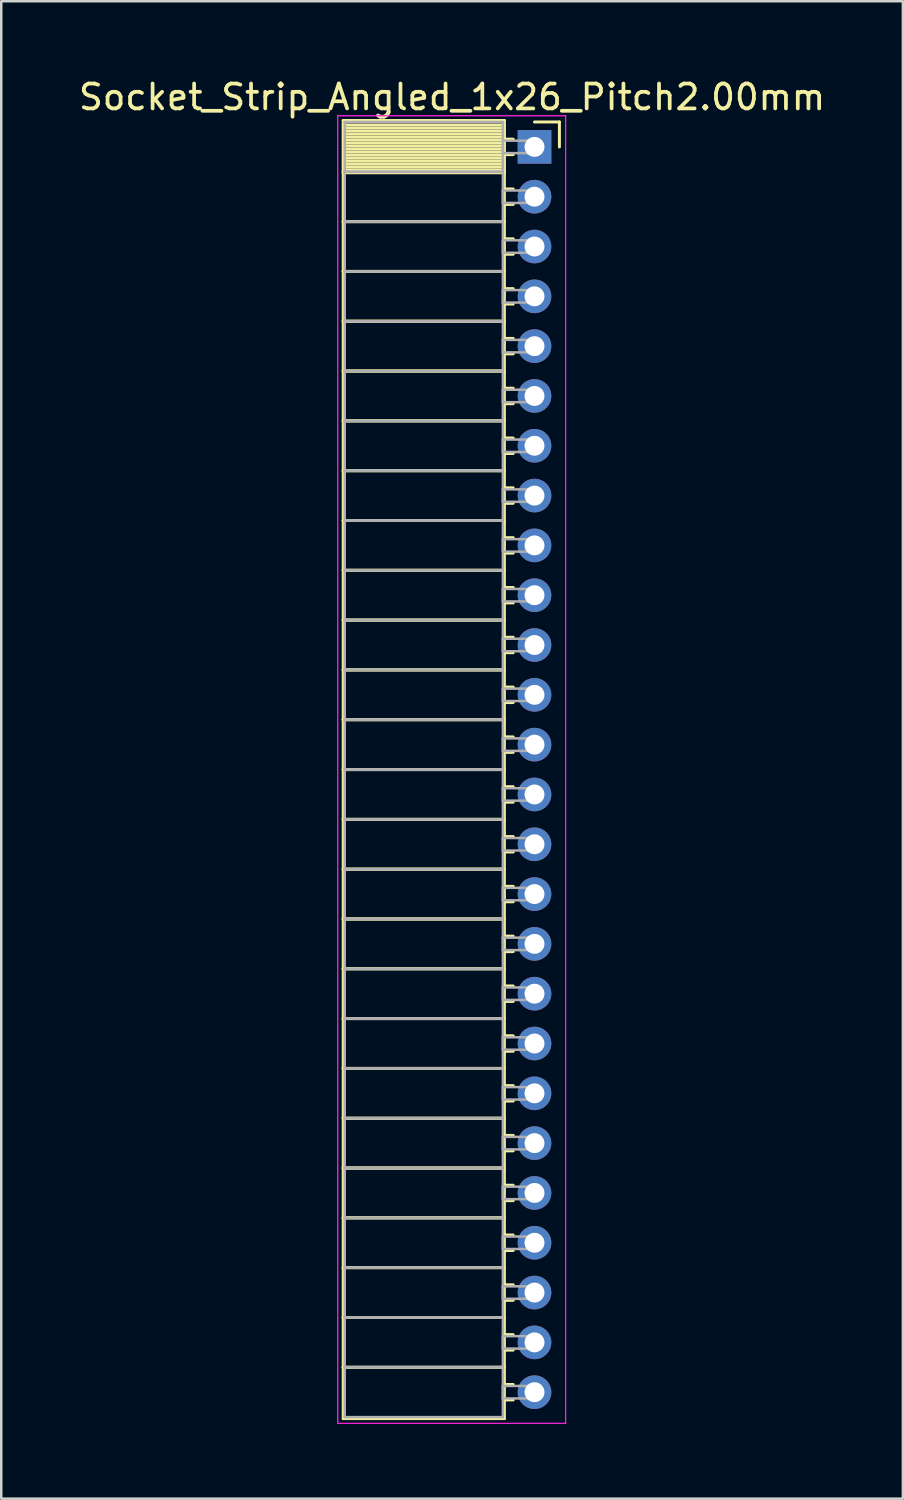
<source format=kicad_pcb>
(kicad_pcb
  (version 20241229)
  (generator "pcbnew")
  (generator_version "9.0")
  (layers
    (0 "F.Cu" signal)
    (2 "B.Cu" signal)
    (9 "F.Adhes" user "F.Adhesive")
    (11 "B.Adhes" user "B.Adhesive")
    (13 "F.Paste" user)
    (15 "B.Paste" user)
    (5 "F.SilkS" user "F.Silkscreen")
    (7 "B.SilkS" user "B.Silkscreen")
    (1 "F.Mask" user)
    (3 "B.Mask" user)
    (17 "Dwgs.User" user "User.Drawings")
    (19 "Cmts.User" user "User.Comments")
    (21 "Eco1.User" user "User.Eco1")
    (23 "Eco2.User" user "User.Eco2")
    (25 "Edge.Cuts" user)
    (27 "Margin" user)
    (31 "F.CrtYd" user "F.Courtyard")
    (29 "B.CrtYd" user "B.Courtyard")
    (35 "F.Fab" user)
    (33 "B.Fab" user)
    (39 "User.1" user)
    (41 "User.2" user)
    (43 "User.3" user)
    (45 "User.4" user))
  (footprint "Socket_Strip_Angled_1x26_Pitch2.00mm"
    (layer "F.Cu")
    (at 18.411 2.848)
    (property "Reference" "Socket_Strip_Angled_1x26_Pitch2.00mm" (at -3.31 -2 0) (layer "F.SilkS") (effects (font (size 1 1) (thickness 0.15))))
    (attr through_hole)
    (fp_line (start -7.68 -1.06) (end -1.21 -1.06) (stroke (width 0.12) (type solid)) (layer "F.SilkS"))
    (fp_line (start -7.68 1) (end -7.68 -1.06) (stroke (width 0.12) (type solid)) (layer "F.SilkS"))
    (fp_line (start -7.68 1) (end -1.21 1) (stroke (width 0.12) (type solid)) (layer "F.SilkS"))
    (fp_line (start -7.68 3) (end -7.68 1) (stroke (width 0.12) (type solid)) (layer "F.SilkS"))
    (fp_line (start -7.68 3) (end -1.21 3) (stroke (width 0.12) (type solid)) (layer "F.SilkS"))
    (fp_line (start -7.68 5) (end -7.68 3) (stroke (width 0.12) (type solid)) (layer "F.SilkS"))
    (fp_line (start -7.68 5) (end -1.21 5) (stroke (width 0.12) (type solid)) (layer "F.SilkS"))
    (fp_line (start -7.68 7) (end -7.68 5) (stroke (width 0.12) (type solid)) (layer "F.SilkS"))
    (fp_line (start -7.68 7) (end -1.21 7) (stroke (width 0.12) (type solid)) (layer "F.SilkS"))
    (fp_line (start -7.68 9) (end -7.68 7) (stroke (width 0.12) (type solid)) (layer "F.SilkS"))
    (fp_line (start -7.68 9) (end -1.21 9) (stroke (width 0.12) (type solid)) (layer "F.SilkS"))
    (fp_line (start -7.68 11) (end -7.68 9) (stroke (width 0.12) (type solid)) (layer "F.SilkS"))
    (fp_line (start -7.68 11) (end -1.21 11) (stroke (width 0.12) (type solid)) (layer "F.SilkS"))
    (fp_line (start -7.68 13) (end -7.68 11) (stroke (width 0.12) (type solid)) (layer "F.SilkS"))
    (fp_line (start -7.68 13) (end -1.21 13) (stroke (width 0.12) (type solid)) (layer "F.SilkS"))
    (fp_line (start -7.68 15) (end -7.68 13) (stroke (width 0.12) (type solid)) (layer "F.SilkS"))
    (fp_line (start -7.68 15) (end -1.21 15) (stroke (width 0.12) (type solid)) (layer "F.SilkS"))
    (fp_line (start -7.68 17) (end -7.68 15) (stroke (width 0.12) (type solid)) (layer "F.SilkS"))
    (fp_line (start -7.68 17) (end -1.21 17) (stroke (width 0.12) (type solid)) (layer "F.SilkS"))
    (fp_line (start -7.68 19) (end -7.68 17) (stroke (width 0.12) (type solid)) (layer "F.SilkS"))
    (fp_line (start -7.68 19) (end -1.21 19) (stroke (width 0.12) (type solid)) (layer "F.SilkS"))
    (fp_line (start -7.68 21) (end -7.68 19) (stroke (width 0.12) (type solid)) (layer "F.SilkS"))
    (fp_line (start -7.68 21) (end -1.21 21) (stroke (width 0.12) (type solid)) (layer "F.SilkS"))
    (fp_line (start -7.68 23) (end -7.68 21) (stroke (width 0.12) (type solid)) (layer "F.SilkS"))
    (fp_line (start -7.68 23) (end -1.21 23) (stroke (width 0.12) (type solid)) (layer "F.SilkS"))
    (fp_line (start -7.68 25) (end -7.68 23) (stroke (width 0.12) (type solid)) (layer "F.SilkS"))
    (fp_line (start -7.68 25) (end -1.21 25) (stroke (width 0.12) (type solid)) (layer "F.SilkS"))
    (fp_line (start -7.68 27) (end -7.68 25) (stroke (width 0.12) (type solid)) (layer "F.SilkS"))
    (fp_line (start -7.68 27) (end -1.21 27) (stroke (width 0.12) (type solid)) (layer "F.SilkS"))
    (fp_line (start -7.68 29) (end -7.68 27) (stroke (width 0.12) (type solid)) (layer "F.SilkS"))
    (fp_line (start -7.68 29) (end -1.21 29) (stroke (width 0.12) (type solid)) (layer "F.SilkS"))
    (fp_line (start -7.68 31) (end -7.68 29) (stroke (width 0.12) (type solid)) (layer "F.SilkS"))
    (fp_line (start -7.68 31) (end -1.21 31) (stroke (width 0.12) (type solid)) (layer "F.SilkS"))
    (fp_line (start -7.68 33) (end -7.68 31) (stroke (width 0.12) (type solid)) (layer "F.SilkS"))
    (fp_line (start -7.68 33) (end -1.21 33) (stroke (width 0.12) (type solid)) (layer "F.SilkS"))
    (fp_line (start -7.68 35) (end -7.68 33) (stroke (width 0.12) (type solid)) (layer "F.SilkS"))
    (fp_line (start -7.68 35) (end -1.21 35) (stroke (width 0.12) (type solid)) (layer "F.SilkS"))
    (fp_line (start -7.68 37) (end -7.68 35) (stroke (width 0.12) (type solid)) (layer "F.SilkS"))
    (fp_line (start -7.68 37) (end -1.21 37) (stroke (width 0.12) (type solid)) (layer "F.SilkS"))
    (fp_line (start -7.68 39) (end -7.68 37) (stroke (width 0.12) (type solid)) (layer "F.SilkS"))
    (fp_line (start -7.68 39) (end -1.21 39) (stroke (width 0.12) (type solid)) (layer "F.SilkS"))
    (fp_line (start -7.68 41) (end -7.68 39) (stroke (width 0.12) (type solid)) (layer "F.SilkS"))
    (fp_line (start -7.68 41) (end -1.21 41) (stroke (width 0.12) (type solid)) (layer "F.SilkS"))
    (fp_line (start -7.68 43) (end -7.68 41) (stroke (width 0.12) (type solid)) (layer "F.SilkS"))
    (fp_line (start -7.68 43) (end -1.21 43) (stroke (width 0.12) (type solid)) (layer "F.SilkS"))
    (fp_line (start -7.68 45) (end -7.68 43) (stroke (width 0.12) (type solid)) (layer "F.SilkS"))
    (fp_line (start -7.68 45) (end -1.21 45) (stroke (width 0.12) (type solid)) (layer "F.SilkS"))
    (fp_line (start -7.68 47) (end -7.68 45) (stroke (width 0.12) (type solid)) (layer "F.SilkS"))
    (fp_line (start -7.68 47) (end -1.21 47) (stroke (width 0.12) (type solid)) (layer "F.SilkS"))
    (fp_line (start -7.68 49) (end -7.68 47) (stroke (width 0.12) (type solid)) (layer "F.SilkS"))
    (fp_line (start -7.68 49) (end -1.21 49) (stroke (width 0.12) (type solid)) (layer "F.SilkS"))
    (fp_line (start -7.68 51.06) (end -7.68 49) (stroke (width 0.12) (type solid)) (layer "F.SilkS"))
    (fp_line (start -1.21 -1.06) (end -1.21 1) (stroke (width 0.12) (type solid)) (layer "F.SilkS"))
    (fp_line (start -1.21 -0.88) (end -7.68 -0.88) (stroke (width 0.12) (type solid)) (layer "F.SilkS"))
    (fp_line (start -1.21 -0.76) (end -7.68 -0.76) (stroke (width 0.12) (type solid)) (layer "F.SilkS"))
    (fp_line (start -1.21 -0.64) (end -7.68 -0.64) (stroke (width 0.12) (type solid)) (layer "F.SilkS"))
    (fp_line (start -1.21 -0.52) (end -7.68 -0.52) (stroke (width 0.12) (type solid)) (layer "F.SilkS"))
    (fp_line (start -1.21 -0.4) (end -7.68 -0.4) (stroke (width 0.12) (type solid)) (layer "F.SilkS"))
    (fp_line (start -1.21 -0.28) (end -7.68 -0.28) (stroke (width 0.12) (type solid)) (layer "F.SilkS"))
    (fp_line (start -1.21 -0.16) (end -7.68 -0.16) (stroke (width 0.12) (type solid)) (layer "F.SilkS"))
    (fp_line (start -1.21 -0.04) (end -7.68 -0.04) (stroke (width 0.12) (type solid)) (layer "F.SilkS"))
    (fp_line (start -1.21 0.08) (end -7.68 0.08) (stroke (width 0.12) (type solid)) (layer "F.SilkS"))
    (fp_line (start -1.21 0.2) (end -7.68 0.2) (stroke (width 0.12) (type solid)) (layer "F.SilkS"))
    (fp_line (start -1.21 0.32) (end -7.68 0.32) (stroke (width 0.12) (type solid)) (layer "F.SilkS"))
    (fp_line (start -1.21 0.44) (end -7.68 0.44) (stroke (width 0.12) (type solid)) (layer "F.SilkS"))
    (fp_line (start -1.21 0.56) (end -7.68 0.56) (stroke (width 0.12) (type solid)) (layer "F.SilkS"))
    (fp_line (start -1.21 0.68) (end -7.68 0.68) (stroke (width 0.12) (type solid)) (layer "F.SilkS"))
    (fp_line (start -1.21 0.8) (end -7.68 0.8) (stroke (width 0.12) (type solid)) (layer "F.SilkS"))
    (fp_line (start -1.21 0.92) (end -7.68 0.92) (stroke (width 0.12) (type solid)) (layer "F.SilkS"))
    (fp_line (start -1.21 1) (end -7.68 1) (stroke (width 0.12) (type solid)) (layer "F.SilkS"))
    (fp_line (start -1.21 1) (end -1.21 3) (stroke (width 0.12) (type solid)) (layer "F.SilkS"))
    (fp_line (start -1.21 1.04) (end -7.68 1.04) (stroke (width 0.12) (type solid)) (layer "F.SilkS"))
    (fp_line (start -1.21 3) (end -7.68 3) (stroke (width 0.12) (type solid)) (layer "F.SilkS"))
    (fp_line (start -1.21 3) (end -1.21 5) (stroke (width 0.12) (type solid)) (layer "F.SilkS"))
    (fp_line (start -1.21 5) (end -7.68 5) (stroke (width 0.12) (type solid)) (layer "F.SilkS"))
    (fp_line (start -1.21 5) (end -1.21 7) (stroke (width 0.12) (type solid)) (layer "F.SilkS"))
    (fp_line (start -1.21 7) (end -7.68 7) (stroke (width 0.12) (type solid)) (layer "F.SilkS"))
    (fp_line (start -1.21 7) (end -1.21 9) (stroke (width 0.12) (type solid)) (layer "F.SilkS"))
    (fp_line (start -1.21 9) (end -7.68 9) (stroke (width 0.12) (type solid)) (layer "F.SilkS"))
    (fp_line (start -1.21 9) (end -1.21 11) (stroke (width 0.12) (type solid)) (layer "F.SilkS"))
    (fp_line (start -1.21 11) (end -7.68 11) (stroke (width 0.12) (type solid)) (layer "F.SilkS"))
    (fp_line (start -1.21 11) (end -1.21 13) (stroke (width 0.12) (type solid)) (layer "F.SilkS"))
    (fp_line (start -1.21 13) (end -7.68 13) (stroke (width 0.12) (type solid)) (layer "F.SilkS"))
    (fp_line (start -1.21 13) (end -1.21 15) (stroke (width 0.12) (type solid)) (layer "F.SilkS"))
    (fp_line (start -1.21 15) (end -7.68 15) (stroke (width 0.12) (type solid)) (layer "F.SilkS"))
    (fp_line (start -1.21 15) (end -1.21 17) (stroke (width 0.12) (type solid)) (layer "F.SilkS"))
    (fp_line (start -1.21 17) (end -7.68 17) (stroke (width 0.12) (type solid)) (layer "F.SilkS"))
    (fp_line (start -1.21 17) (end -1.21 19) (stroke (width 0.12) (type solid)) (layer "F.SilkS"))
    (fp_line (start -1.21 19) (end -7.68 19) (stroke (width 0.12) (type solid)) (layer "F.SilkS"))
    (fp_line (start -1.21 19) (end -1.21 21) (stroke (width 0.12) (type solid)) (layer "F.SilkS"))
    (fp_line (start -1.21 21) (end -7.68 21) (stroke (width 0.12) (type solid)) (layer "F.SilkS"))
    (fp_line (start -1.21 21) (end -1.21 23) (stroke (width 0.12) (type solid)) (layer "F.SilkS"))
    (fp_line (start -1.21 23) (end -7.68 23) (stroke (width 0.12) (type solid)) (layer "F.SilkS"))
    (fp_line (start -1.21 23) (end -1.21 25) (stroke (width 0.12) (type solid)) (layer "F.SilkS"))
    (fp_line (start -1.21 25) (end -7.68 25) (stroke (width 0.12) (type solid)) (layer "F.SilkS"))
    (fp_line (start -1.21 25) (end -1.21 27) (stroke (width 0.12) (type solid)) (layer "F.SilkS"))
    (fp_line (start -1.21 27) (end -7.68 27) (stroke (width 0.12) (type solid)) (layer "F.SilkS"))
    (fp_line (start -1.21 27) (end -1.21 29) (stroke (width 0.12) (type solid)) (layer "F.SilkS"))
    (fp_line (start -1.21 29) (end -7.68 29) (stroke (width 0.12) (type solid)) (layer "F.SilkS"))
    (fp_line (start -1.21 29) (end -1.21 31) (stroke (width 0.12) (type solid)) (layer "F.SilkS"))
    (fp_line (start -1.21 31) (end -7.68 31) (stroke (width 0.12) (type solid)) (layer "F.SilkS"))
    (fp_line (start -1.21 31) (end -1.21 33) (stroke (width 0.12) (type solid)) (layer "F.SilkS"))
    (fp_line (start -1.21 33) (end -7.68 33) (stroke (width 0.12) (type solid)) (layer "F.SilkS"))
    (fp_line (start -1.21 33) (end -1.21 35) (stroke (width 0.12) (type solid)) (layer "F.SilkS"))
    (fp_line (start -1.21 35) (end -7.68 35) (stroke (width 0.12) (type solid)) (layer "F.SilkS"))
    (fp_line (start -1.21 35) (end -1.21 37) (stroke (width 0.12) (type solid)) (layer "F.SilkS"))
    (fp_line (start -1.21 37) (end -7.68 37) (stroke (width 0.12) (type solid)) (layer "F.SilkS"))
    (fp_line (start -1.21 37) (end -1.21 39) (stroke (width 0.12) (type solid)) (layer "F.SilkS"))
    (fp_line (start -1.21 39) (end -7.68 39) (stroke (width 0.12) (type solid)) (layer "F.SilkS"))
    (fp_line (start -1.21 39) (end -1.21 41) (stroke (width 0.12) (type solid)) (layer "F.SilkS"))
    (fp_line (start -1.21 41) (end -7.68 41) (stroke (width 0.12) (type solid)) (layer "F.SilkS"))
    (fp_line (start -1.21 41) (end -1.21 43) (stroke (width 0.12) (type solid)) (layer "F.SilkS"))
    (fp_line (start -1.21 43) (end -7.68 43) (stroke (width 0.12) (type solid)) (layer "F.SilkS"))
    (fp_line (start -1.21 43) (end -1.21 45) (stroke (width 0.12) (type solid)) (layer "F.SilkS"))
    (fp_line (start -1.21 45) (end -7.68 45) (stroke (width 0.12) (type solid)) (layer "F.SilkS"))
    (fp_line (start -1.21 45) (end -1.21 47) (stroke (width 0.12) (type solid)) (layer "F.SilkS"))
    (fp_line (start -1.21 47) (end -7.68 47) (stroke (width 0.12) (type solid)) (layer "F.SilkS"))
    (fp_line (start -1.21 47) (end -1.21 49) (stroke (width 0.12) (type solid)) (layer "F.SilkS"))
    (fp_line (start -1.21 49) (end -7.68 49) (stroke (width 0.12) (type solid)) (layer "F.SilkS"))
    (fp_line (start -1.21 49) (end -1.21 51.06) (stroke (width 0.12) (type solid)) (layer "F.SilkS"))
    (fp_line (start -1.21 51.06) (end -7.68 51.06) (stroke (width 0.12) (type solid)) (layer "F.SilkS"))
    (fp_line (start -0.855 -0.31) (end -1.21 -0.31) (stroke (width 0.12) (type solid)) (layer "F.SilkS"))
    (fp_line (start -0.855 0.31) (end -1.21 0.31) (stroke (width 0.12) (type solid)) (layer "F.SilkS"))
    (fp_line (start -0.855 1.69) (end -1.21 1.69) (stroke (width 0.12) (type solid)) (layer "F.SilkS"))
    (fp_line (start -0.855 2.31) (end -1.21 2.31) (stroke (width 0.12) (type solid)) (layer "F.SilkS"))
    (fp_line (start -0.855 3.69) (end -1.21 3.69) (stroke (width 0.12) (type solid)) (layer "F.SilkS"))
    (fp_line (start -0.855 4.31) (end -1.21 4.31) (stroke (width 0.12) (type solid)) (layer "F.SilkS"))
    (fp_line (start -0.855 5.69) (end -1.21 5.69) (stroke (width 0.12) (type solid)) (layer "F.SilkS"))
    (fp_line (start -0.855 6.31) (end -1.21 6.31) (stroke (width 0.12) (type solid)) (layer "F.SilkS"))
    (fp_line (start -0.855 7.69) (end -1.21 7.69) (stroke (width 0.12) (type solid)) (layer "F.SilkS"))
    (fp_line (start -0.855 8.31) (end -1.21 8.31) (stroke (width 0.12) (type solid)) (layer "F.SilkS"))
    (fp_line (start -0.855 9.69) (end -1.21 9.69) (stroke (width 0.12) (type solid)) (layer "F.SilkS"))
    (fp_line (start -0.855 10.31) (end -1.21 10.31) (stroke (width 0.12) (type solid)) (layer "F.SilkS"))
    (fp_line (start -0.855 11.69) (end -1.21 11.69) (stroke (width 0.12) (type solid)) (layer "F.SilkS"))
    (fp_line (start -0.855 12.31) (end -1.21 12.31) (stroke (width 0.12) (type solid)) (layer "F.SilkS"))
    (fp_line (start -0.855 13.69) (end -1.21 13.69) (stroke (width 0.12) (type solid)) (layer "F.SilkS"))
    (fp_line (start -0.855 14.31) (end -1.21 14.31) (stroke (width 0.12) (type solid)) (layer "F.SilkS"))
    (fp_line (start -0.855 15.69) (end -1.21 15.69) (stroke (width 0.12) (type solid)) (layer "F.SilkS"))
    (fp_line (start -0.855 16.31) (end -1.21 16.31) (stroke (width 0.12) (type solid)) (layer "F.SilkS"))
    (fp_line (start -0.855 17.69) (end -1.21 17.69) (stroke (width 0.12) (type solid)) (layer "F.SilkS"))
    (fp_line (start -0.855 18.31) (end -1.21 18.31) (stroke (width 0.12) (type solid)) (layer "F.SilkS"))
    (fp_line (start -0.855 19.69) (end -1.21 19.69) (stroke (width 0.12) (type solid)) (layer "F.SilkS"))
    (fp_line (start -0.855 20.31) (end -1.21 20.31) (stroke (width 0.12) (type solid)) (layer "F.SilkS"))
    (fp_line (start -0.855 21.69) (end -1.21 21.69) (stroke (width 0.12) (type solid)) (layer "F.SilkS"))
    (fp_line (start -0.855 22.31) (end -1.21 22.31) (stroke (width 0.12) (type solid)) (layer "F.SilkS"))
    (fp_line (start -0.855 23.69) (end -1.21 23.69) (stroke (width 0.12) (type solid)) (layer "F.SilkS"))
    (fp_line (start -0.855 24.31) (end -1.21 24.31) (stroke (width 0.12) (type solid)) (layer "F.SilkS"))
    (fp_line (start -0.855 25.69) (end -1.21 25.69) (stroke (width 0.12) (type solid)) (layer "F.SilkS"))
    (fp_line (start -0.855 26.31) (end -1.21 26.31) (stroke (width 0.12) (type solid)) (layer "F.SilkS"))
    (fp_line (start -0.855 27.69) (end -1.21 27.69) (stroke (width 0.12) (type solid)) (layer "F.SilkS"))
    (fp_line (start -0.855 28.31) (end -1.21 28.31) (stroke (width 0.12) (type solid)) (layer "F.SilkS"))
    (fp_line (start -0.855 29.69) (end -1.21 29.69) (stroke (width 0.12) (type solid)) (layer "F.SilkS"))
    (fp_line (start -0.855 30.31) (end -1.21 30.31) (stroke (width 0.12) (type solid)) (layer "F.SilkS"))
    (fp_line (start -0.855 31.69) (end -1.21 31.69) (stroke (width 0.12) (type solid)) (layer "F.SilkS"))
    (fp_line (start -0.855 32.31) (end -1.21 32.31) (stroke (width 0.12) (type solid)) (layer "F.SilkS"))
    (fp_line (start -0.855 33.69) (end -1.21 33.69) (stroke (width 0.12) (type solid)) (layer "F.SilkS"))
    (fp_line (start -0.855 34.31) (end -1.21 34.31) (stroke (width 0.12) (type solid)) (layer "F.SilkS"))
    (fp_line (start -0.855 35.69) (end -1.21 35.69) (stroke (width 0.12) (type solid)) (layer "F.SilkS"))
    (fp_line (start -0.855 36.31) (end -1.21 36.31) (stroke (width 0.12) (type solid)) (layer "F.SilkS"))
    (fp_line (start -0.855 37.69) (end -1.21 37.69) (stroke (width 0.12) (type solid)) (layer "F.SilkS"))
    (fp_line (start -0.855 38.31) (end -1.21 38.31) (stroke (width 0.12) (type solid)) (layer "F.SilkS"))
    (fp_line (start -0.855 39.69) (end -1.21 39.69) (stroke (width 0.12) (type solid)) (layer "F.SilkS"))
    (fp_line (start -0.855 40.31) (end -1.21 40.31) (stroke (width 0.12) (type solid)) (layer "F.SilkS"))
    (fp_line (start -0.855 41.69) (end -1.21 41.69) (stroke (width 0.12) (type solid)) (layer "F.SilkS"))
    (fp_line (start -0.855 42.31) (end -1.21 42.31) (stroke (width 0.12) (type solid)) (layer "F.SilkS"))
    (fp_line (start -0.855 43.69) (end -1.21 43.69) (stroke (width 0.12) (type solid)) (layer "F.SilkS"))
    (fp_line (start -0.855 44.31) (end -1.21 44.31) (stroke (width 0.12) (type solid)) (layer "F.SilkS"))
    (fp_line (start -0.855 45.69) (end -1.21 45.69) (stroke (width 0.12) (type solid)) (layer "F.SilkS"))
    (fp_line (start -0.855 46.31) (end -1.21 46.31) (stroke (width 0.12) (type solid)) (layer "F.SilkS"))
    (fp_line (start -0.855 47.69) (end -1.21 47.69) (stroke (width 0.12) (type solid)) (layer "F.SilkS"))
    (fp_line (start -0.855 48.31) (end -1.21 48.31) (stroke (width 0.12) (type solid)) (layer "F.SilkS"))
    (fp_line (start -0.855 49.69) (end -1.21 49.69) (stroke (width 0.12) (type solid)) (layer "F.SilkS"))
    (fp_line (start -0.855 50.31) (end -1.21 50.31) (stroke (width 0.12) (type solid)) (layer "F.SilkS"))
    (fp_line (start 0 -1) (end 1 -1) (stroke (width 0.12) (type solid)) (layer "F.SilkS"))
    (fp_line (start 1 -1) (end 1 0) (stroke (width 0.12) (type solid)) (layer "F.SilkS"))
    (fp_line (start -7.9 -1.25) (end 1.25 -1.25) (stroke (width 0.05) (type solid)) (layer "F.CrtYd"))
    (fp_line (start -7.9 51.25) (end -7.9 -1.25) (stroke (width 0.05) (type solid)) (layer "F.CrtYd"))
    (fp_line (start 1.25 -1.25) (end 1.25 51.25) (stroke (width 0.05) (type solid)) (layer "F.CrtYd"))
    (fp_line (start 1.25 51.25) (end -7.9 51.25) (stroke (width 0.05) (type solid)) (layer "F.CrtYd"))
    (fp_line (start -7.62 -1) (end -1.27 -1) (stroke (width 0.1) (type solid)) (layer "F.Fab"))
    (fp_line (start -7.62 1) (end -7.62 -1) (stroke (width 0.1) (type solid)) (layer "F.Fab"))
    (fp_line (start -7.62 1) (end -1.27 1) (stroke (width 0.1) (type solid)) (layer "F.Fab"))
    (fp_line (start -7.62 3) (end -7.62 1) (stroke (width 0.1) (type solid)) (layer "F.Fab"))
    (fp_line (start -7.62 3) (end -1.27 3) (stroke (width 0.1) (type solid)) (layer "F.Fab"))
    (fp_line (start -7.62 5) (end -7.62 3) (stroke (width 0.1) (type solid)) (layer "F.Fab"))
    (fp_line (start -7.62 5) (end -1.27 5) (stroke (width 0.1) (type solid)) (layer "F.Fab"))
    (fp_line (start -7.62 7) (end -7.62 5) (stroke (width 0.1) (type solid)) (layer "F.Fab"))
    (fp_line (start -7.62 7) (end -1.27 7) (stroke (width 0.1) (type solid)) (layer "F.Fab"))
    (fp_line (start -7.62 9) (end -7.62 7) (stroke (width 0.1) (type solid)) (layer "F.Fab"))
    (fp_line (start -7.62 9) (end -1.27 9) (stroke (width 0.1) (type solid)) (layer "F.Fab"))
    (fp_line (start -7.62 11) (end -7.62 9) (stroke (width 0.1) (type solid)) (layer "F.Fab"))
    (fp_line (start -7.62 11) (end -1.27 11) (stroke (width 0.1) (type solid)) (layer "F.Fab"))
    (fp_line (start -7.62 13) (end -7.62 11) (stroke (width 0.1) (type solid)) (layer "F.Fab"))
    (fp_line (start -7.62 13) (end -1.27 13) (stroke (width 0.1) (type solid)) (layer "F.Fab"))
    (fp_line (start -7.62 15) (end -7.62 13) (stroke (width 0.1) (type solid)) (layer "F.Fab"))
    (fp_line (start -7.62 15) (end -1.27 15) (stroke (width 0.1) (type solid)) (layer "F.Fab"))
    (fp_line (start -7.62 17) (end -7.62 15) (stroke (width 0.1) (type solid)) (layer "F.Fab"))
    (fp_line (start -7.62 17) (end -1.27 17) (stroke (width 0.1) (type solid)) (layer "F.Fab"))
    (fp_line (start -7.62 19) (end -7.62 17) (stroke (width 0.1) (type solid)) (layer "F.Fab"))
    (fp_line (start -7.62 19) (end -1.27 19) (stroke (width 0.1) (type solid)) (layer "F.Fab"))
    (fp_line (start -7.62 21) (end -7.62 19) (stroke (width 0.1) (type solid)) (layer "F.Fab"))
    (fp_line (start -7.62 21) (end -1.27 21) (stroke (width 0.1) (type solid)) (layer "F.Fab"))
    (fp_line (start -7.62 23) (end -7.62 21) (stroke (width 0.1) (type solid)) (layer "F.Fab"))
    (fp_line (start -7.62 23) (end -1.27 23) (stroke (width 0.1) (type solid)) (layer "F.Fab"))
    (fp_line (start -7.62 25) (end -7.62 23) (stroke (width 0.1) (type solid)) (layer "F.Fab"))
    (fp_line (start -7.62 25) (end -1.27 25) (stroke (width 0.1) (type solid)) (layer "F.Fab"))
    (fp_line (start -7.62 27) (end -7.62 25) (stroke (width 0.1) (type solid)) (layer "F.Fab"))
    (fp_line (start -7.62 27) (end -1.27 27) (stroke (width 0.1) (type solid)) (layer "F.Fab"))
    (fp_line (start -7.62 29) (end -7.62 27) (stroke (width 0.1) (type solid)) (layer "F.Fab"))
    (fp_line (start -7.62 29) (end -1.27 29) (stroke (width 0.1) (type solid)) (layer "F.Fab"))
    (fp_line (start -7.62 31) (end -7.62 29) (stroke (width 0.1) (type solid)) (layer "F.Fab"))
    (fp_line (start -7.62 31) (end -1.27 31) (stroke (width 0.1) (type solid)) (layer "F.Fab"))
    (fp_line (start -7.62 33) (end -7.62 31) (stroke (width 0.1) (type solid)) (layer "F.Fab"))
    (fp_line (start -7.62 33) (end -1.27 33) (stroke (width 0.1) (type solid)) (layer "F.Fab"))
    (fp_line (start -7.62 35) (end -7.62 33) (stroke (width 0.1) (type solid)) (layer "F.Fab"))
    (fp_line (start -7.62 35) (end -1.27 35) (stroke (width 0.1) (type solid)) (layer "F.Fab"))
    (fp_line (start -7.62 37) (end -7.62 35) (stroke (width 0.1) (type solid)) (layer "F.Fab"))
    (fp_line (start -7.62 37) (end -1.27 37) (stroke (width 0.1) (type solid)) (layer "F.Fab"))
    (fp_line (start -7.62 39) (end -7.62 37) (stroke (width 0.1) (type solid)) (layer "F.Fab"))
    (fp_line (start -7.62 39) (end -1.27 39) (stroke (width 0.1) (type solid)) (layer "F.Fab"))
    (fp_line (start -7.62 41) (end -7.62 39) (stroke (width 0.1) (type solid)) (layer "F.Fab"))
    (fp_line (start -7.62 41) (end -1.27 41) (stroke (width 0.1) (type solid)) (layer "F.Fab"))
    (fp_line (start -7.62 43) (end -7.62 41) (stroke (width 0.1) (type solid)) (layer "F.Fab"))
    (fp_line (start -7.62 43) (end -1.27 43) (stroke (width 0.1) (type solid)) (layer "F.Fab"))
    (fp_line (start -7.62 45) (end -7.62 43) (stroke (width 0.1) (type solid)) (layer "F.Fab"))
    (fp_line (start -7.62 45) (end -1.27 45) (stroke (width 0.1) (type solid)) (layer "F.Fab"))
    (fp_line (start -7.62 47) (end -7.62 45) (stroke (width 0.1) (type solid)) (layer "F.Fab"))
    (fp_line (start -7.62 47) (end -1.27 47) (stroke (width 0.1) (type solid)) (layer "F.Fab"))
    (fp_line (start -7.62 49) (end -7.62 47) (stroke (width 0.1) (type solid)) (layer "F.Fab"))
    (fp_line (start -7.62 49) (end -1.27 49) (stroke (width 0.1) (type solid)) (layer "F.Fab"))
    (fp_line (start -7.62 51) (end -7.62 49) (stroke (width 0.1) (type solid)) (layer "F.Fab"))
    (fp_line (start -1.27 -1) (end -1.27 1) (stroke (width 0.1) (type solid)) (layer "F.Fab"))
    (fp_line (start -1.27 -0.25) (end 0 -0.25) (stroke (width 0.1) (type solid)) (layer "F.Fab"))
    (fp_line (start -1.27 0.25) (end -1.27 -0.25) (stroke (width 0.1) (type solid)) (layer "F.Fab"))
    (fp_line (start -1.27 1) (end -7.62 1) (stroke (width 0.1) (type solid)) (layer "F.Fab"))
    (fp_line (start -1.27 1) (end -1.27 3) (stroke (width 0.1) (type solid)) (layer "F.Fab"))
    (fp_line (start -1.27 1.75) (end 0 1.75) (stroke (width 0.1) (type solid)) (layer "F.Fab"))
    (fp_line (start -1.27 2.25) (end -1.27 1.75) (stroke (width 0.1) (type solid)) (layer "F.Fab"))
    (fp_line (start -1.27 3) (end -7.62 3) (stroke (width 0.1) (type solid)) (layer "F.Fab"))
    (fp_line (start -1.27 3) (end -1.27 5) (stroke (width 0.1) (type solid)) (layer "F.Fab"))
    (fp_line (start -1.27 3.75) (end 0 3.75) (stroke (width 0.1) (type solid)) (layer "F.Fab"))
    (fp_line (start -1.27 4.25) (end -1.27 3.75) (stroke (width 0.1) (type solid)) (layer "F.Fab"))
    (fp_line (start -1.27 5) (end -7.62 5) (stroke (width 0.1) (type solid)) (layer "F.Fab"))
    (fp_line (start -1.27 5) (end -1.27 7) (stroke (width 0.1) (type solid)) (layer "F.Fab"))
    (fp_line (start -1.27 5.75) (end 0 5.75) (stroke (width 0.1) (type solid)) (layer "F.Fab"))
    (fp_line (start -1.27 6.25) (end -1.27 5.75) (stroke (width 0.1) (type solid)) (layer "F.Fab"))
    (fp_line (start -1.27 7) (end -7.62 7) (stroke (width 0.1) (type solid)) (layer "F.Fab"))
    (fp_line (start -1.27 7) (end -1.27 9) (stroke (width 0.1) (type solid)) (layer "F.Fab"))
    (fp_line (start -1.27 7.75) (end 0 7.75) (stroke (width 0.1) (type solid)) (layer "F.Fab"))
    (fp_line (start -1.27 8.25) (end -1.27 7.75) (stroke (width 0.1) (type solid)) (layer "F.Fab"))
    (fp_line (start -1.27 9) (end -7.62 9) (stroke (width 0.1) (type solid)) (layer "F.Fab"))
    (fp_line (start -1.27 9) (end -1.27 11) (stroke (width 0.1) (type solid)) (layer "F.Fab"))
    (fp_line (start -1.27 9.75) (end 0 9.75) (stroke (width 0.1) (type solid)) (layer "F.Fab"))
    (fp_line (start -1.27 10.25) (end -1.27 9.75) (stroke (width 0.1) (type solid)) (layer "F.Fab"))
    (fp_line (start -1.27 11) (end -7.62 11) (stroke (width 0.1) (type solid)) (layer "F.Fab"))
    (fp_line (start -1.27 11) (end -1.27 13) (stroke (width 0.1) (type solid)) (layer "F.Fab"))
    (fp_line (start -1.27 11.75) (end 0 11.75) (stroke (width 0.1) (type solid)) (layer "F.Fab"))
    (fp_line (start -1.27 12.25) (end -1.27 11.75) (stroke (width 0.1) (type solid)) (layer "F.Fab"))
    (fp_line (start -1.27 13) (end -7.62 13) (stroke (width 0.1) (type solid)) (layer "F.Fab"))
    (fp_line (start -1.27 13) (end -1.27 15) (stroke (width 0.1) (type solid)) (layer "F.Fab"))
    (fp_line (start -1.27 13.75) (end 0 13.75) (stroke (width 0.1) (type solid)) (layer "F.Fab"))
    (fp_line (start -1.27 14.25) (end -1.27 13.75) (stroke (width 0.1) (type solid)) (layer "F.Fab"))
    (fp_line (start -1.27 15) (end -7.62 15) (stroke (width 0.1) (type solid)) (layer "F.Fab"))
    (fp_line (start -1.27 15) (end -1.27 17) (stroke (width 0.1) (type solid)) (layer "F.Fab"))
    (fp_line (start -1.27 15.75) (end 0 15.75) (stroke (width 0.1) (type solid)) (layer "F.Fab"))
    (fp_line (start -1.27 16.25) (end -1.27 15.75) (stroke (width 0.1) (type solid)) (layer "F.Fab"))
    (fp_line (start -1.27 17) (end -7.62 17) (stroke (width 0.1) (type solid)) (layer "F.Fab"))
    (fp_line (start -1.27 17) (end -1.27 19) (stroke (width 0.1) (type solid)) (layer "F.Fab"))
    (fp_line (start -1.27 17.75) (end 0 17.75) (stroke (width 0.1) (type solid)) (layer "F.Fab"))
    (fp_line (start -1.27 18.25) (end -1.27 17.75) (stroke (width 0.1) (type solid)) (layer "F.Fab"))
    (fp_line (start -1.27 19) (end -7.62 19) (stroke (width 0.1) (type solid)) (layer "F.Fab"))
    (fp_line (start -1.27 19) (end -1.27 21) (stroke (width 0.1) (type solid)) (layer "F.Fab"))
    (fp_line (start -1.27 19.75) (end 0 19.75) (stroke (width 0.1) (type solid)) (layer "F.Fab"))
    (fp_line (start -1.27 20.25) (end -1.27 19.75) (stroke (width 0.1) (type solid)) (layer "F.Fab"))
    (fp_line (start -1.27 21) (end -7.62 21) (stroke (width 0.1) (type solid)) (layer "F.Fab"))
    (fp_line (start -1.27 21) (end -1.27 23) (stroke (width 0.1) (type solid)) (layer "F.Fab"))
    (fp_line (start -1.27 21.75) (end 0 21.75) (stroke (width 0.1) (type solid)) (layer "F.Fab"))
    (fp_line (start -1.27 22.25) (end -1.27 21.75) (stroke (width 0.1) (type solid)) (layer "F.Fab"))
    (fp_line (start -1.27 23) (end -7.62 23) (stroke (width 0.1) (type solid)) (layer "F.Fab"))
    (fp_line (start -1.27 23) (end -1.27 25) (stroke (width 0.1) (type solid)) (layer "F.Fab"))
    (fp_line (start -1.27 23.75) (end 0 23.75) (stroke (width 0.1) (type solid)) (layer "F.Fab"))
    (fp_line (start -1.27 24.25) (end -1.27 23.75) (stroke (width 0.1) (type solid)) (layer "F.Fab"))
    (fp_line (start -1.27 25) (end -7.62 25) (stroke (width 0.1) (type solid)) (layer "F.Fab"))
    (fp_line (start -1.27 25) (end -1.27 27) (stroke (width 0.1) (type solid)) (layer "F.Fab"))
    (fp_line (start -1.27 25.75) (end 0 25.75) (stroke (width 0.1) (type solid)) (layer "F.Fab"))
    (fp_line (start -1.27 26.25) (end -1.27 25.75) (stroke (width 0.1) (type solid)) (layer "F.Fab"))
    (fp_line (start -1.27 27) (end -7.62 27) (stroke (width 0.1) (type solid)) (layer "F.Fab"))
    (fp_line (start -1.27 27) (end -1.27 29) (stroke (width 0.1) (type solid)) (layer "F.Fab"))
    (fp_line (start -1.27 27.75) (end 0 27.75) (stroke (width 0.1) (type solid)) (layer "F.Fab"))
    (fp_line (start -1.27 28.25) (end -1.27 27.75) (stroke (width 0.1) (type solid)) (layer "F.Fab"))
    (fp_line (start -1.27 29) (end -7.62 29) (stroke (width 0.1) (type solid)) (layer "F.Fab"))
    (fp_line (start -1.27 29) (end -1.27 31) (stroke (width 0.1) (type solid)) (layer "F.Fab"))
    (fp_line (start -1.27 29.75) (end 0 29.75) (stroke (width 0.1) (type solid)) (layer "F.Fab"))
    (fp_line (start -1.27 30.25) (end -1.27 29.75) (stroke (width 0.1) (type solid)) (layer "F.Fab"))
    (fp_line (start -1.27 31) (end -7.62 31) (stroke (width 0.1) (type solid)) (layer "F.Fab"))
    (fp_line (start -1.27 31) (end -1.27 33) (stroke (width 0.1) (type solid)) (layer "F.Fab"))
    (fp_line (start -1.27 31.75) (end 0 31.75) (stroke (width 0.1) (type solid)) (layer "F.Fab"))
    (fp_line (start -1.27 32.25) (end -1.27 31.75) (stroke (width 0.1) (type solid)) (layer "F.Fab"))
    (fp_line (start -1.27 33) (end -7.62 33) (stroke (width 0.1) (type solid)) (layer "F.Fab"))
    (fp_line (start -1.27 33) (end -1.27 35) (stroke (width 0.1) (type solid)) (layer "F.Fab"))
    (fp_line (start -1.27 33.75) (end 0 33.75) (stroke (width 0.1) (type solid)) (layer "F.Fab"))
    (fp_line (start -1.27 34.25) (end -1.27 33.75) (stroke (width 0.1) (type solid)) (layer "F.Fab"))
    (fp_line (start -1.27 35) (end -7.62 35) (stroke (width 0.1) (type solid)) (layer "F.Fab"))
    (fp_line (start -1.27 35) (end -1.27 37) (stroke (width 0.1) (type solid)) (layer "F.Fab"))
    (fp_line (start -1.27 35.75) (end 0 35.75) (stroke (width 0.1) (type solid)) (layer "F.Fab"))
    (fp_line (start -1.27 36.25) (end -1.27 35.75) (stroke (width 0.1) (type solid)) (layer "F.Fab"))
    (fp_line (start -1.27 37) (end -7.62 37) (stroke (width 0.1) (type solid)) (layer "F.Fab"))
    (fp_line (start -1.27 37) (end -1.27 39) (stroke (width 0.1) (type solid)) (layer "F.Fab"))
    (fp_line (start -1.27 37.75) (end 0 37.75) (stroke (width 0.1) (type solid)) (layer "F.Fab"))
    (fp_line (start -1.27 38.25) (end -1.27 37.75) (stroke (width 0.1) (type solid)) (layer "F.Fab"))
    (fp_line (start -1.27 39) (end -7.62 39) (stroke (width 0.1) (type solid)) (layer "F.Fab"))
    (fp_line (start -1.27 39) (end -1.27 41) (stroke (width 0.1) (type solid)) (layer "F.Fab"))
    (fp_line (start -1.27 39.75) (end 0 39.75) (stroke (width 0.1) (type solid)) (layer "F.Fab"))
    (fp_line (start -1.27 40.25) (end -1.27 39.75) (stroke (width 0.1) (type solid)) (layer "F.Fab"))
    (fp_line (start -1.27 41) (end -7.62 41) (stroke (width 0.1) (type solid)) (layer "F.Fab"))
    (fp_line (start -1.27 41) (end -1.27 43) (stroke (width 0.1) (type solid)) (layer "F.Fab"))
    (fp_line (start -1.27 41.75) (end 0 41.75) (stroke (width 0.1) (type solid)) (layer "F.Fab"))
    (fp_line (start -1.27 42.25) (end -1.27 41.75) (stroke (width 0.1) (type solid)) (layer "F.Fab"))
    (fp_line (start -1.27 43) (end -7.62 43) (stroke (width 0.1) (type solid)) (layer "F.Fab"))
    (fp_line (start -1.27 43) (end -1.27 45) (stroke (width 0.1) (type solid)) (layer "F.Fab"))
    (fp_line (start -1.27 43.75) (end 0 43.75) (stroke (width 0.1) (type solid)) (layer "F.Fab"))
    (fp_line (start -1.27 44.25) (end -1.27 43.75) (stroke (width 0.1) (type solid)) (layer "F.Fab"))
    (fp_line (start -1.27 45) (end -7.62 45) (stroke (width 0.1) (type solid)) (layer "F.Fab"))
    (fp_line (start -1.27 45) (end -1.27 47) (stroke (width 0.1) (type solid)) (layer "F.Fab"))
    (fp_line (start -1.27 45.75) (end 0 45.75) (stroke (width 0.1) (type solid)) (layer "F.Fab"))
    (fp_line (start -1.27 46.25) (end -1.27 45.75) (stroke (width 0.1) (type solid)) (layer "F.Fab"))
    (fp_line (start -1.27 47) (end -7.62 47) (stroke (width 0.1) (type solid)) (layer "F.Fab"))
    (fp_line (start -1.27 47) (end -1.27 49) (stroke (width 0.1) (type solid)) (layer "F.Fab"))
    (fp_line (start -1.27 47.75) (end 0 47.75) (stroke (width 0.1) (type solid)) (layer "F.Fab"))
    (fp_line (start -1.27 48.25) (end -1.27 47.75) (stroke (width 0.1) (type solid)) (layer "F.Fab"))
    (fp_line (start -1.27 49) (end -7.62 49) (stroke (width 0.1) (type solid)) (layer "F.Fab"))
    (fp_line (start -1.27 49) (end -1.27 51) (stroke (width 0.1) (type solid)) (layer "F.Fab"))
    (fp_line (start -1.27 49.75) (end 0 49.75) (stroke (width 0.1) (type solid)) (layer "F.Fab"))
    (fp_line (start -1.27 50.25) (end -1.27 49.75) (stroke (width 0.1) (type solid)) (layer "F.Fab"))
    (fp_line (start -1.27 51) (end -7.62 51) (stroke (width 0.1) (type solid)) (layer "F.Fab"))
    (fp_line (start 0 -0.25) (end 0 0.25) (stroke (width 0.1) (type solid)) (layer "F.Fab"))
    (fp_line (start 0 0.25) (end -1.27 0.25) (stroke (width 0.1) (type solid)) (layer "F.Fab"))
    (fp_line (start 0 1.75) (end 0 2.25) (stroke (width 0.1) (type solid)) (layer "F.Fab"))
    (fp_line (start 0 2.25) (end -1.27 2.25) (stroke (width 0.1) (type solid)) (layer "F.Fab"))
    (fp_line (start 0 3.75) (end 0 4.25) (stroke (width 0.1) (type solid)) (layer "F.Fab"))
    (fp_line (start 0 4.25) (end -1.27 4.25) (stroke (width 0.1) (type solid)) (layer "F.Fab"))
    (fp_line (start 0 5.75) (end 0 6.25) (stroke (width 0.1) (type solid)) (layer "F.Fab"))
    (fp_line (start 0 6.25) (end -1.27 6.25) (stroke (width 0.1) (type solid)) (layer "F.Fab"))
    (fp_line (start 0 7.75) (end 0 8.25) (stroke (width 0.1) (type solid)) (layer "F.Fab"))
    (fp_line (start 0 8.25) (end -1.27 8.25) (stroke (width 0.1) (type solid)) (layer "F.Fab"))
    (fp_line (start 0 9.75) (end 0 10.25) (stroke (width 0.1) (type solid)) (layer "F.Fab"))
    (fp_line (start 0 10.25) (end -1.27 10.25) (stroke (width 0.1) (type solid)) (layer "F.Fab"))
    (fp_line (start 0 11.75) (end 0 12.25) (stroke (width 0.1) (type solid)) (layer "F.Fab"))
    (fp_line (start 0 12.25) (end -1.27 12.25) (stroke (width 0.1) (type solid)) (layer "F.Fab"))
    (fp_line (start 0 13.75) (end 0 14.25) (stroke (width 0.1) (type solid)) (layer "F.Fab"))
    (fp_line (start 0 14.25) (end -1.27 14.25) (stroke (width 0.1) (type solid)) (layer "F.Fab"))
    (fp_line (start 0 15.75) (end 0 16.25) (stroke (width 0.1) (type solid)) (layer "F.Fab"))
    (fp_line (start 0 16.25) (end -1.27 16.25) (stroke (width 0.1) (type solid)) (layer "F.Fab"))
    (fp_line (start 0 17.75) (end 0 18.25) (stroke (width 0.1) (type solid)) (layer "F.Fab"))
    (fp_line (start 0 18.25) (end -1.27 18.25) (stroke (width 0.1) (type solid)) (layer "F.Fab"))
    (fp_line (start 0 19.75) (end 0 20.25) (stroke (width 0.1) (type solid)) (layer "F.Fab"))
    (fp_line (start 0 20.25) (end -1.27 20.25) (stroke (width 0.1) (type solid)) (layer "F.Fab"))
    (fp_line (start 0 21.75) (end 0 22.25) (stroke (width 0.1) (type solid)) (layer "F.Fab"))
    (fp_line (start 0 22.25) (end -1.27 22.25) (stroke (width 0.1) (type solid)) (layer "F.Fab"))
    (fp_line (start 0 23.75) (end 0 24.25) (stroke (width 0.1) (type solid)) (layer "F.Fab"))
    (fp_line (start 0 24.25) (end -1.27 24.25) (stroke (width 0.1) (type solid)) (layer "F.Fab"))
    (fp_line (start 0 25.75) (end 0 26.25) (stroke (width 0.1) (type solid)) (layer "F.Fab"))
    (fp_line (start 0 26.25) (end -1.27 26.25) (stroke (width 0.1) (type solid)) (layer "F.Fab"))
    (fp_line (start 0 27.75) (end 0 28.25) (stroke (width 0.1) (type solid)) (layer "F.Fab"))
    (fp_line (start 0 28.25) (end -1.27 28.25) (stroke (width 0.1) (type solid)) (layer "F.Fab"))
    (fp_line (start 0 29.75) (end 0 30.25) (stroke (width 0.1) (type solid)) (layer "F.Fab"))
    (fp_line (start 0 30.25) (end -1.27 30.25) (stroke (width 0.1) (type solid)) (layer "F.Fab"))
    (fp_line (start 0 31.75) (end 0 32.25) (stroke (width 0.1) (type solid)) (layer "F.Fab"))
    (fp_line (start 0 32.25) (end -1.27 32.25) (stroke (width 0.1) (type solid)) (layer "F.Fab"))
    (fp_line (start 0 33.75) (end 0 34.25) (stroke (width 0.1) (type solid)) (layer "F.Fab"))
    (fp_line (start 0 34.25) (end -1.27 34.25) (stroke (width 0.1) (type solid)) (layer "F.Fab"))
    (fp_line (start 0 35.75) (end 0 36.25) (stroke (width 0.1) (type solid)) (layer "F.Fab"))
    (fp_line (start 0 36.25) (end -1.27 36.25) (stroke (width 0.1) (type solid)) (layer "F.Fab"))
    (fp_line (start 0 37.75) (end 0 38.25) (stroke (width 0.1) (type solid)) (layer "F.Fab"))
    (fp_line (start 0 38.25) (end -1.27 38.25) (stroke (width 0.1) (type solid)) (layer "F.Fab"))
    (fp_line (start 0 39.75) (end 0 40.25) (stroke (width 0.1) (type solid)) (layer "F.Fab"))
    (fp_line (start 0 40.25) (end -1.27 40.25) (stroke (width 0.1) (type solid)) (layer "F.Fab"))
    (fp_line (start 0 41.75) (end 0 42.25) (stroke (width 0.1) (type solid)) (layer "F.Fab"))
    (fp_line (start 0 42.25) (end -1.27 42.25) (stroke (width 0.1) (type solid)) (layer "F.Fab"))
    (fp_line (start 0 43.75) (end 0 44.25) (stroke (width 0.1) (type solid)) (layer "F.Fab"))
    (fp_line (start 0 44.25) (end -1.27 44.25) (stroke (width 0.1) (type solid)) (layer "F.Fab"))
    (fp_line (start 0 45.75) (end 0 46.25) (stroke (width 0.1) (type solid)) (layer "F.Fab"))
    (fp_line (start 0 46.25) (end -1.27 46.25) (stroke (width 0.1) (type solid)) (layer "F.Fab"))
    (fp_line (start 0 47.75) (end 0 48.25) (stroke (width 0.1) (type solid)) (layer "F.Fab"))
    (fp_line (start 0 48.25) (end -1.27 48.25) (stroke (width 0.1) (type solid)) (layer "F.Fab"))
    (fp_line (start 0 49.75) (end 0 50.25) (stroke (width 0.1) (type solid)) (layer "F.Fab"))
    (fp_line (start 0 50.25) (end -1.27 50.25) (stroke (width 0.1) (type solid)) (layer "F.Fab"))
    (pad "1" thru_hole rect (at 0 0) (size 1.35 1.35) (drill 0.8) (layers "*.Cu" "*.Mask"))
    (pad "2" thru_hole oval (at 0 2) (size 1.35 1.35) (drill 0.8) (layers "*.Cu" "*.Mask"))
    (pad "3" thru_hole oval (at 0 4) (size 1.35 1.35) (drill 0.8) (layers "*.Cu" "*.Mask"))
    (pad "4" thru_hole oval (at 0 6) (size 1.35 1.35) (drill 0.8) (layers "*.Cu" "*.Mask"))
    (pad "5" thru_hole oval (at 0 8) (size 1.35 1.35) (drill 0.8) (layers "*.Cu" "*.Mask"))
    (pad "6" thru_hole oval (at 0 10) (size 1.35 1.35) (drill 0.8) (layers "*.Cu" "*.Mask"))
    (pad "7" thru_hole oval (at 0 12) (size 1.35 1.35) (drill 0.8) (layers "*.Cu" "*.Mask"))
    (pad "8" thru_hole oval (at 0 14) (size 1.35 1.35) (drill 0.8) (layers "*.Cu" "*.Mask"))
    (pad "9" thru_hole oval (at 0 16) (size 1.35 1.35) (drill 0.8) (layers "*.Cu" "*.Mask"))
    (pad "10" thru_hole oval (at 0 18) (size 1.35 1.35) (drill 0.8) (layers "*.Cu" "*.Mask"))
    (pad "11" thru_hole oval (at 0 20) (size 1.35 1.35) (drill 0.8) (layers "*.Cu" "*.Mask"))
    (pad "12" thru_hole oval (at 0 22) (size 1.35 1.35) (drill 0.8) (layers "*.Cu" "*.Mask"))
    (pad "13" thru_hole oval (at 0 24) (size 1.35 1.35) (drill 0.8) (layers "*.Cu" "*.Mask"))
    (pad "14" thru_hole oval (at 0 26) (size 1.35 1.35) (drill 0.8) (layers "*.Cu" "*.Mask"))
    (pad "15" thru_hole oval (at 0 28) (size 1.35 1.35) (drill 0.8) (layers "*.Cu" "*.Mask"))
    (pad "16" thru_hole oval (at 0 30) (size 1.35 1.35) (drill 0.8) (layers "*.Cu" "*.Mask"))
    (pad "17" thru_hole oval (at 0 32) (size 1.35 1.35) (drill 0.8) (layers "*.Cu" "*.Mask"))
    (pad "18" thru_hole oval (at 0 34) (size 1.35 1.35) (drill 0.8) (layers "*.Cu" "*.Mask"))
    (pad "19" thru_hole oval (at 0 36) (size 1.35 1.35) (drill 0.8) (layers "*.Cu" "*.Mask"))
    (pad "20" thru_hole oval (at 0 38) (size 1.35 1.35) (drill 0.8) (layers "*.Cu" "*.Mask"))
    (pad "21" thru_hole oval (at 0 40) (size 1.35 1.35) (drill 0.8) (layers "*.Cu" "*.Mask"))
    (pad "22" thru_hole oval (at 0 42) (size 1.35 1.35) (drill 0.8) (layers "*.Cu" "*.Mask"))
    (pad "23" thru_hole oval (at 0 44) (size 1.35 1.35) (drill 0.8) (layers "*.Cu" "*.Mask"))
    (pad "24" thru_hole oval (at 0 46) (size 1.35 1.35) (drill 0.8) (layers "*.Cu" "*.Mask"))
    (pad "25" thru_hole oval (at 0 48) (size 1.35 1.35) (drill 0.8) (layers "*.Cu" "*.Mask"))
    (pad "26" thru_hole oval (at 0 50) (size 1.35 1.35) (drill 0.8) (layers "*.Cu" "*.Mask")))
  (gr_rect
    (start -3 -3)
    (end 33.202 57.123)
    (stroke (width 0.1) (type default))
    (fill no)
    (layer "Edge.Cuts")))
</source>
